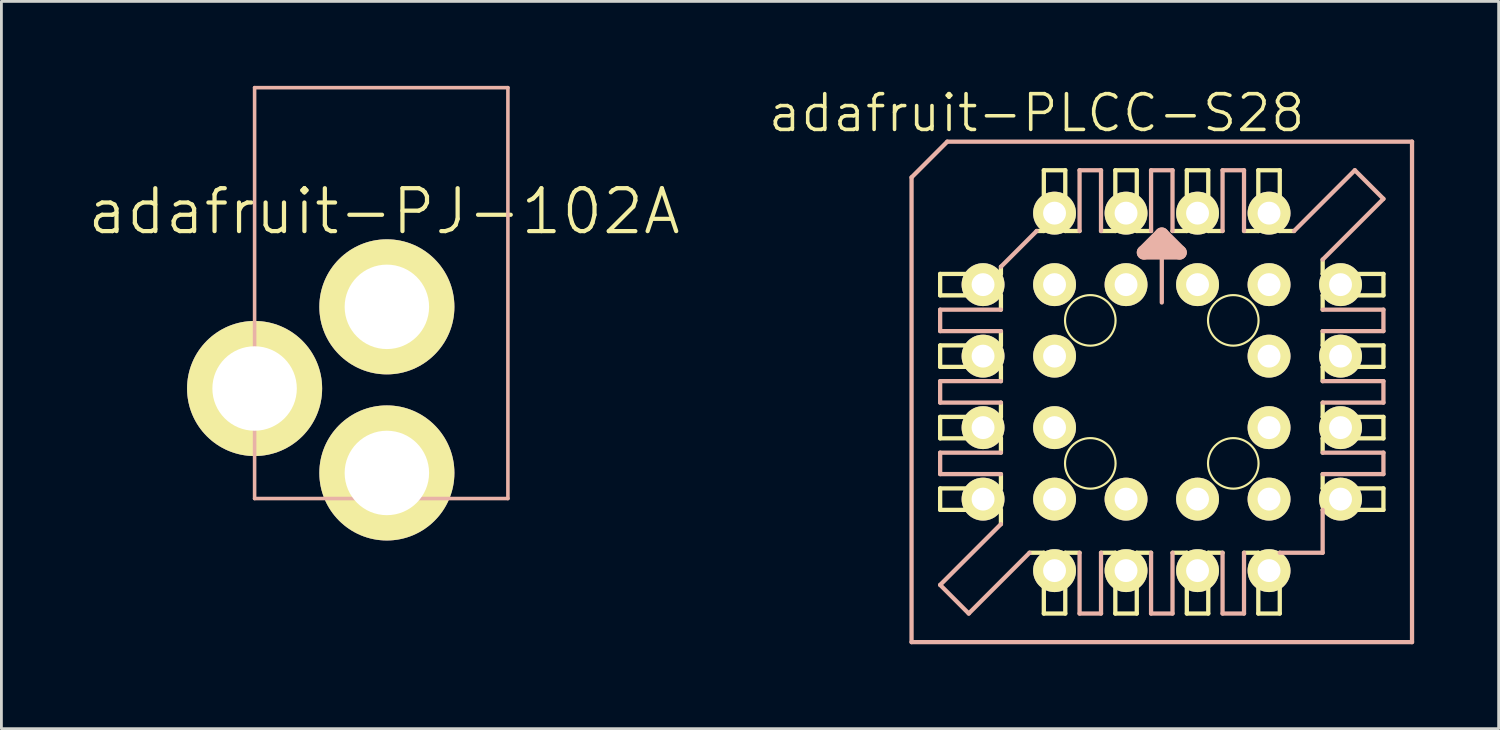
<source format=kicad_pcb>
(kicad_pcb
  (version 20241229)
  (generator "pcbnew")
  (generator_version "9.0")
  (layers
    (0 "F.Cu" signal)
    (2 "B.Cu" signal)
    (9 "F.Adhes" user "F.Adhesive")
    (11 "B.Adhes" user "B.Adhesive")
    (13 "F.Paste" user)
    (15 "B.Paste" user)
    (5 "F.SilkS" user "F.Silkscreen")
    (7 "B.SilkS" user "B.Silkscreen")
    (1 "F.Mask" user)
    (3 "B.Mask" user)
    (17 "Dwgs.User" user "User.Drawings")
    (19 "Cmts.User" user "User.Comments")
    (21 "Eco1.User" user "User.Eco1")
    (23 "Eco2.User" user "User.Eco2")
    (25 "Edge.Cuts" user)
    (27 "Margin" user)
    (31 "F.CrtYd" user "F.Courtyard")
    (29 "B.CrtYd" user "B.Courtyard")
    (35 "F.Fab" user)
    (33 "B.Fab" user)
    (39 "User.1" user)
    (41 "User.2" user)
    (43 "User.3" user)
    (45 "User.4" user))
  (footprint "adafruit-PLCC-S28"
    (layer "F.Cu")
    (at 38.224 10.872)
    (property "Reference" "adafruit-PLCC-S28" (at -4.445 -9.906 0) (layer "F.SilkS") (effects (font (size 1.27 1.27) (thickness 0.127))))
    (attr exclude_from_pos_files exclude_from_bom)
    (fp_line (start -7.874 -3.429) (end -7.874 -4.191) (stroke (width 0.152) (type solid)) (layer "F.SilkS"))
    (fp_line (start -7.874 -3.429) (end -5.715 -3.429) (stroke (width 0.152) (type solid)) (layer "F.SilkS"))
    (fp_line (start -7.874 -0.889) (end -7.874 -1.651) (stroke (width 0.152) (type solid)) (layer "F.SilkS"))
    (fp_line (start -7.874 -0.889) (end -5.715 -0.889) (stroke (width 0.152) (type solid)) (layer "F.SilkS"))
    (fp_line (start -7.874 1.651) (end -7.874 0.889) (stroke (width 0.152) (type solid)) (layer "F.SilkS"))
    (fp_line (start -7.874 1.651) (end -5.715 1.651) (stroke (width 0.152) (type solid)) (layer "F.SilkS"))
    (fp_line (start -7.874 4.191) (end -7.874 3.429) (stroke (width 0.152) (type solid)) (layer "F.SilkS"))
    (fp_line (start -7.874 4.191) (end -5.715 4.191) (stroke (width 0.152) (type solid)) (layer "F.SilkS"))
    (fp_line (start -5.715 -4.191) (end -7.874 -4.191) (stroke (width 0.152) (type solid)) (layer "F.SilkS"))
    (fp_line (start -5.715 -4.191) (end -5.715 -4.445) (stroke (width 0.152) (type solid)) (layer "F.SilkS"))
    (fp_line (start -5.715 -2.921) (end -5.715 -3.429) (stroke (width 0.152) (type solid)) (layer "F.SilkS"))
    (fp_line (start -5.715 -1.651) (end -7.874 -1.651) (stroke (width 0.152) (type solid)) (layer "F.SilkS"))
    (fp_line (start -5.715 -1.651) (end -5.715 -2.159) (stroke (width 0.152) (type solid)) (layer "F.SilkS"))
    (fp_line (start -5.715 -0.381) (end -5.715 -0.889) (stroke (width 0.152) (type solid)) (layer "F.SilkS"))
    (fp_line (start -5.715 0.889) (end -7.874 0.889) (stroke (width 0.152) (type solid)) (layer "F.SilkS"))
    (fp_line (start -5.715 0.889) (end -5.715 0.381) (stroke (width 0.152) (type solid)) (layer "F.SilkS"))
    (fp_line (start -5.715 2.159) (end -5.715 1.651) (stroke (width 0.152) (type solid)) (layer "F.SilkS"))
    (fp_line (start -5.715 3.429) (end -7.874 3.429) (stroke (width 0.152) (type solid)) (layer "F.SilkS"))
    (fp_line (start -5.715 3.429) (end -5.715 2.921) (stroke (width 0.152) (type solid)) (layer "F.SilkS"))
    (fp_line (start -5.715 4.699) (end -5.715 4.191) (stroke (width 0.152) (type solid)) (layer "F.SilkS"))
    (fp_line (start -4.699 5.715) (end -4.191 5.715) (stroke (width 0.152) (type solid)) (layer "F.SilkS"))
    (fp_line (start -4.191 -5.715) (end -4.445 -5.715) (stroke (width 0.152) (type solid)) (layer "F.SilkS"))
    (fp_line (start -4.191 -5.715) (end -4.191 -7.874) (stroke (width 0.152) (type solid)) (layer "F.SilkS"))
    (fp_line (start -4.191 7.874) (end -4.191 5.715) (stroke (width 0.152) (type solid)) (layer "F.SilkS"))
    (fp_line (start -4.191 7.874) (end -3.429 7.874) (stroke (width 0.152) (type solid)) (layer "F.SilkS"))
    (fp_line (start -3.429 -7.874) (end -4.191 -7.874) (stroke (width 0.152) (type solid)) (layer "F.SilkS"))
    (fp_line (start -3.429 -7.874) (end -3.429 -5.715) (stroke (width 0.152) (type solid)) (layer "F.SilkS"))
    (fp_line (start -3.429 5.715) (end -3.429 7.874) (stroke (width 0.152) (type solid)) (layer "F.SilkS"))
    (fp_line (start -3.429 5.715) (end -2.921 5.715) (stroke (width 0.152) (type solid)) (layer "F.SilkS"))
    (fp_line (start -2.921 -5.715) (end -3.429 -5.715) (stroke (width 0.152) (type solid)) (layer "F.SilkS"))
    (fp_line (start -2.159 5.715) (end -1.651 5.715) (stroke (width 0.152) (type solid)) (layer "F.SilkS"))
    (fp_line (start -1.651 -5.715) (end -2.159 -5.715) (stroke (width 0.152) (type solid)) (layer "F.SilkS"))
    (fp_line (start -1.651 -5.715) (end -1.651 -7.874) (stroke (width 0.152) (type solid)) (layer "F.SilkS"))
    (fp_line (start -1.651 7.874) (end -1.651 5.715) (stroke (width 0.152) (type solid)) (layer "F.SilkS"))
    (fp_line (start -1.651 7.874) (end -0.889 7.874) (stroke (width 0.152) (type solid)) (layer "F.SilkS"))
    (fp_line (start -0.889 -7.874) (end -1.651 -7.874) (stroke (width 0.152) (type solid)) (layer "F.SilkS"))
    (fp_line (start -0.889 -7.874) (end -0.889 -5.715) (stroke (width 0.152) (type solid)) (layer "F.SilkS"))
    (fp_line (start -0.889 5.715) (end -0.889 7.874) (stroke (width 0.152) (type solid)) (layer "F.SilkS"))
    (fp_line (start -0.889 5.715) (end -0.381 5.715) (stroke (width 0.152) (type solid)) (layer "F.SilkS"))
    (fp_line (start -0.381 -5.715) (end -0.889 -5.715) (stroke (width 0.152) (type solid)) (layer "F.SilkS"))
    (fp_line (start 0.381 5.715) (end 0.889 5.715) (stroke (width 0.152) (type solid)) (layer "F.SilkS"))
    (fp_line (start 0.889 -5.715) (end 0.381 -5.715) (stroke (width 0.152) (type solid)) (layer "F.SilkS"))
    (fp_line (start 0.889 -5.715) (end 0.889 -7.874) (stroke (width 0.152) (type solid)) (layer "F.SilkS"))
    (fp_line (start 0.889 7.874) (end 0.889 5.715) (stroke (width 0.152) (type solid)) (layer "F.SilkS"))
    (fp_line (start 0.889 7.874) (end 1.651 7.874) (stroke (width 0.152) (type solid)) (layer "F.SilkS"))
    (fp_line (start 1.651 -7.874) (end 0.889 -7.874) (stroke (width 0.152) (type solid)) (layer "F.SilkS"))
    (fp_line (start 1.651 -7.874) (end 1.651 -5.715) (stroke (width 0.152) (type solid)) (layer "F.SilkS"))
    (fp_line (start 1.651 5.715) (end 1.651 7.874) (stroke (width 0.152) (type solid)) (layer "F.SilkS"))
    (fp_line (start 1.651 5.715) (end 2.159 5.715) (stroke (width 0.152) (type solid)) (layer "F.SilkS"))
    (fp_line (start 2.159 -5.715) (end 1.651 -5.715) (stroke (width 0.152) (type solid)) (layer "F.SilkS"))
    (fp_line (start 2.921 5.715) (end 3.429 5.715) (stroke (width 0.152) (type solid)) (layer "F.SilkS"))
    (fp_line (start 3.429 -5.715) (end 2.921 -5.715) (stroke (width 0.152) (type solid)) (layer "F.SilkS"))
    (fp_line (start 3.429 -5.715) (end 3.429 -7.874) (stroke (width 0.152) (type solid)) (layer "F.SilkS"))
    (fp_line (start 3.429 7.874) (end 3.429 5.715) (stroke (width 0.152) (type solid)) (layer "F.SilkS"))
    (fp_line (start 3.429 7.874) (end 4.191 7.874) (stroke (width 0.152) (type solid)) (layer "F.SilkS"))
    (fp_line (start 4.191 -7.874) (end 3.429 -7.874) (stroke (width 0.152) (type solid)) (layer "F.SilkS"))
    (fp_line (start 4.191 -7.874) (end 4.191 -5.715) (stroke (width 0.152) (type solid)) (layer "F.SilkS"))
    (fp_line (start 4.191 5.715) (end 4.191 7.874) (stroke (width 0.152) (type solid)) (layer "F.SilkS"))
    (fp_line (start 4.699 -5.715) (end 4.191 -5.715) (stroke (width 0.152) (type solid)) (layer "F.SilkS"))
    (fp_line (start 5.715 -4.699) (end 5.715 -4.191) (stroke (width 0.152) (type solid)) (layer "F.SilkS"))
    (fp_line (start 5.715 -3.429) (end 5.715 -2.921) (stroke (width 0.152) (type solid)) (layer "F.SilkS"))
    (fp_line (start 5.715 -3.429) (end 7.874 -3.429) (stroke (width 0.152) (type solid)) (layer "F.SilkS"))
    (fp_line (start 5.715 -2.159) (end 5.715 -1.651) (stroke (width 0.152) (type solid)) (layer "F.SilkS"))
    (fp_line (start 5.715 -0.889) (end 5.715 -0.381) (stroke (width 0.152) (type solid)) (layer "F.SilkS"))
    (fp_line (start 5.715 -0.889) (end 7.874 -0.889) (stroke (width 0.152) (type solid)) (layer "F.SilkS"))
    (fp_line (start 5.715 0.381) (end 5.715 0.889) (stroke (width 0.152) (type solid)) (layer "F.SilkS"))
    (fp_line (start 5.715 1.651) (end 5.715 2.159) (stroke (width 0.152) (type solid)) (layer "F.SilkS"))
    (fp_line (start 5.715 1.651) (end 7.874 1.651) (stroke (width 0.152) (type solid)) (layer "F.SilkS"))
    (fp_line (start 5.715 2.921) (end 5.715 3.429) (stroke (width 0.152) (type solid)) (layer "F.SilkS"))
    (fp_line (start 5.715 4.191) (end 7.874 4.191) (stroke (width 0.152) (type solid)) (layer "F.SilkS"))
    (fp_line (start 7.874 -4.191) (end 5.715 -4.191) (stroke (width 0.152) (type solid)) (layer "F.SilkS"))
    (fp_line (start 7.874 -4.191) (end 7.874 -3.429) (stroke (width 0.152) (type solid)) (layer "F.SilkS"))
    (fp_line (start 7.874 -1.651) (end 5.715 -1.651) (stroke (width 0.152) (type solid)) (layer "F.SilkS"))
    (fp_line (start 7.874 -1.651) (end 7.874 -0.889) (stroke (width 0.152) (type solid)) (layer "F.SilkS"))
    (fp_line (start 7.874 0.889) (end 5.715 0.889) (stroke (width 0.152) (type solid)) (layer "F.SilkS"))
    (fp_line (start 7.874 0.889) (end 7.874 1.651) (stroke (width 0.152) (type solid)) (layer "F.SilkS"))
    (fp_line (start 7.874 3.429) (end 5.715 3.429) (stroke (width 0.152) (type solid)) (layer "F.SilkS"))
    (fp_line (start 7.874 3.429) (end 7.874 4.191) (stroke (width 0.152) (type solid)) (layer "F.SilkS"))
    (fp_circle (center -2.54 -2.54) (end -3.175 -3.175) (stroke (width 0.076) (type solid)) (fill no) (layer "F.SilkS"))
    (fp_circle (center -2.54 2.54) (end -3.175 3.175) (stroke (width 0.076) (type solid)) (fill no) (layer "F.SilkS"))
    (fp_circle (center 2.54 -2.54) (end 3.175 -3.175) (stroke (width 0.076) (type solid)) (fill no) (layer "F.SilkS"))
    (fp_circle (center 2.54 2.54) (end 3.175 3.175) (stroke (width 0.076) (type solid)) (fill no) (layer "F.SilkS"))
    (fp_line (start -8.89 -7.62) (end -8.89 8.89) (stroke (width 0.152) (type solid)) (layer "B.SilkS"))
    (fp_line (start -7.874 -2.159) (end -7.874 -2.921) (stroke (width 0.152) (type solid)) (layer "B.SilkS"))
    (fp_line (start -7.874 -2.159) (end -5.715 -2.159) (stroke (width 0.152) (type solid)) (layer "B.SilkS"))
    (fp_line (start -7.874 0.381) (end -7.874 -0.381) (stroke (width 0.152) (type solid)) (layer "B.SilkS"))
    (fp_line (start -7.874 0.381) (end -5.715 0.381) (stroke (width 0.152) (type solid)) (layer "B.SilkS"))
    (fp_line (start -7.874 2.921) (end -7.874 2.159) (stroke (width 0.152) (type solid)) (layer "B.SilkS"))
    (fp_line (start -7.874 2.921) (end -5.715 2.921) (stroke (width 0.152) (type solid)) (layer "B.SilkS"))
    (fp_line (start -7.874 6.858) (end -5.715 4.699) (stroke (width 0.152) (type solid)) (layer "B.SilkS"))
    (fp_line (start -7.62 -8.89) (end -8.89 -7.62) (stroke (width 0.152) (type solid)) (layer "B.SilkS"))
    (fp_line (start -6.858 7.874) (end -7.874 6.858) (stroke (width 0.152) (type solid)) (layer "B.SilkS"))
    (fp_line (start -6.858 7.874) (end -4.699 5.715) (stroke (width 0.152) (type solid)) (layer "B.SilkS"))
    (fp_line (start -5.715 -4.445) (end -4.445 -5.715) (stroke (width 0.152) (type solid)) (layer "B.SilkS"))
    (fp_line (start -5.715 -2.921) (end -7.874 -2.921) (stroke (width 0.152) (type solid)) (layer "B.SilkS"))
    (fp_line (start -5.715 -0.381) (end -7.874 -0.381) (stroke (width 0.152) (type solid)) (layer "B.SilkS"))
    (fp_line (start -5.715 2.159) (end -7.874 2.159) (stroke (width 0.152) (type solid)) (layer "B.SilkS"))
    (fp_line (start -2.921 -5.715) (end -2.921 -7.874) (stroke (width 0.152) (type solid)) (layer "B.SilkS"))
    (fp_line (start -2.921 7.874) (end -2.921 5.715) (stroke (width 0.152) (type solid)) (layer "B.SilkS"))
    (fp_line (start -2.921 7.874) (end -2.159 7.874) (stroke (width 0.152) (type solid)) (layer "B.SilkS"))
    (fp_line (start -2.159 -7.874) (end -2.921 -7.874) (stroke (width 0.152) (type solid)) (layer "B.SilkS"))
    (fp_line (start -2.159 -7.874) (end -2.159 -5.715) (stroke (width 0.152) (type solid)) (layer "B.SilkS"))
    (fp_line (start -2.159 5.715) (end -2.159 7.874) (stroke (width 0.152) (type solid)) (layer "B.SilkS"))
    (fp_line (start -0.635 -4.953) (end 0 -5.588) (stroke (width 0.508) (type solid)) (layer "B.SilkS"))
    (fp_line (start -0.381 -5.715) (end -0.381 -7.874) (stroke (width 0.152) (type solid)) (layer "B.SilkS"))
    (fp_line (start -0.381 7.874) (end -0.381 5.715) (stroke (width 0.152) (type solid)) (layer "B.SilkS"))
    (fp_line (start -0.381 7.874) (end 0.381 7.874) (stroke (width 0.152) (type solid)) (layer "B.SilkS"))
    (fp_line (start 0 -5.588) (end 0 -3.175) (stroke (width 0.152) (type solid)) (layer "B.SilkS"))
    (fp_line (start 0 -5.588) (end 0.635 -4.953) (stroke (width 0.508) (type solid)) (layer "B.SilkS"))
    (fp_line (start 0.381 -7.874) (end -0.381 -7.874) (stroke (width 0.152) (type solid)) (layer "B.SilkS"))
    (fp_line (start 0.381 -7.874) (end 0.381 -5.715) (stroke (width 0.152) (type solid)) (layer "B.SilkS"))
    (fp_line (start 0.381 5.715) (end 0.381 7.874) (stroke (width 0.152) (type solid)) (layer "B.SilkS"))
    (fp_line (start 0.635 -4.953) (end -0.635 -4.953) (stroke (width 0.508) (type solid)) (layer "B.SilkS"))
    (fp_line (start 2.159 -5.715) (end 2.159 -7.874) (stroke (width 0.152) (type solid)) (layer "B.SilkS"))
    (fp_line (start 2.159 7.874) (end 2.159 5.715) (stroke (width 0.152) (type solid)) (layer "B.SilkS"))
    (fp_line (start 2.159 7.874) (end 2.921 7.874) (stroke (width 0.152) (type solid)) (layer "B.SilkS"))
    (fp_line (start 2.921 -7.874) (end 2.159 -7.874) (stroke (width 0.152) (type solid)) (layer "B.SilkS"))
    (fp_line (start 2.921 -7.874) (end 2.921 -5.715) (stroke (width 0.152) (type solid)) (layer "B.SilkS"))
    (fp_line (start 2.921 5.715) (end 2.921 7.874) (stroke (width 0.152) (type solid)) (layer "B.SilkS"))
    (fp_line (start 4.191 5.715) (end 5.715 5.715) (stroke (width 0.152) (type solid)) (layer "B.SilkS"))
    (fp_line (start 5.715 -2.159) (end 7.874 -2.159) (stroke (width 0.152) (type solid)) (layer "B.SilkS"))
    (fp_line (start 5.715 0.381) (end 7.874 0.381) (stroke (width 0.152) (type solid)) (layer "B.SilkS"))
    (fp_line (start 5.715 2.921) (end 7.874 2.921) (stroke (width 0.152) (type solid)) (layer "B.SilkS"))
    (fp_line (start 5.715 4.191) (end 5.715 5.715) (stroke (width 0.152) (type solid)) (layer "B.SilkS"))
    (fp_line (start 6.858 -7.874) (end 4.699 -5.715) (stroke (width 0.152) (type solid)) (layer "B.SilkS"))
    (fp_line (start 7.874 -6.858) (end 5.715 -4.699) (stroke (width 0.152) (type solid)) (layer "B.SilkS"))
    (fp_line (start 7.874 -6.858) (end 6.858 -7.874) (stroke (width 0.152) (type solid)) (layer "B.SilkS"))
    (fp_line (start 7.874 -2.921) (end 5.715 -2.921) (stroke (width 0.152) (type solid)) (layer "B.SilkS"))
    (fp_line (start 7.874 -2.921) (end 7.874 -2.159) (stroke (width 0.152) (type solid)) (layer "B.SilkS"))
    (fp_line (start 7.874 -0.381) (end 5.715 -0.381) (stroke (width 0.152) (type solid)) (layer "B.SilkS"))
    (fp_line (start 7.874 -0.381) (end 7.874 0.381) (stroke (width 0.152) (type solid)) (layer "B.SilkS"))
    (fp_line (start 7.874 2.159) (end 5.715 2.159) (stroke (width 0.152) (type solid)) (layer "B.SilkS"))
    (fp_line (start 7.874 2.159) (end 7.874 2.921) (stroke (width 0.152) (type solid)) (layer "B.SilkS"))
    (fp_line (start 8.89 -8.89) (end -7.62 -8.89) (stroke (width 0.152) (type solid)) (layer "B.SilkS"))
    (fp_line (start 8.89 8.89) (end -8.89 8.89) (stroke (width 0.152) (type solid)) (layer "B.SilkS"))
    (fp_line (start 8.89 8.89) (end 8.89 -8.89) (stroke (width 0.152) (type solid)) (layer "B.SilkS"))
    (pad "1" thru_hole circle (at 1.27 -3.81) (size 1.524 1.524) (drill 0.813) (layers "*.Cu" "F.Mask" "F.SilkS" "F.Paste"))
    (pad "2" thru_hole circle (at -1.27 -6.35) (size 1.524 1.524) (drill 0.813) (layers "*.Cu" "F.Mask" "F.SilkS" "F.Paste"))
    (pad "3" thru_hole circle (at -1.27 -3.81) (size 1.524 1.524) (drill 0.813) (layers "*.Cu" "F.Mask" "F.SilkS" "F.Paste"))
    (pad "4" thru_hole circle (at -3.81 -6.35) (size 1.524 1.524) (drill 0.813) (layers "*.Cu" "F.Mask" "F.SilkS" "F.Paste"))
    (pad "5" thru_hole circle (at -6.35 -3.81) (size 1.524 1.524) (drill 0.813) (layers "*.Cu" "F.Mask" "F.SilkS" "F.Paste"))
    (pad "6" thru_hole circle (at -3.81 -3.81) (size 1.524 1.524) (drill 0.813) (layers "*.Cu" "F.Mask" "F.SilkS" "F.Paste"))
    (pad "7" thru_hole circle (at -6.35 -1.27) (size 1.524 1.524) (drill 0.813) (layers "*.Cu" "F.Mask" "F.SilkS" "F.Paste"))
    (pad "8" thru_hole circle (at -3.81 -1.27) (size 1.524 1.524) (drill 0.813) (layers "*.Cu" "F.Mask" "F.SilkS" "F.Paste"))
    (pad "9" thru_hole circle (at -6.35 1.27) (size 1.524 1.524) (drill 0.813) (layers "*.Cu" "F.Mask" "F.SilkS" "F.Paste"))
    (pad "10" thru_hole circle (at -3.81 1.27) (size 1.524 1.524) (drill 0.813) (layers "*.Cu" "F.Mask" "F.SilkS" "F.Paste"))
    (pad "11" thru_hole circle (at -6.35 3.81) (size 1.524 1.524) (drill 0.813) (layers "*.Cu" "F.Mask" "F.SilkS" "F.Paste"))
    (pad "12" thru_hole circle (at -3.81 6.35) (size 1.524 1.524) (drill 0.813) (layers "*.Cu" "F.Mask" "F.SilkS" "F.Paste"))
    (pad "13" thru_hole circle (at -3.81 3.81) (size 1.524 1.524) (drill 0.813) (layers "*.Cu" "F.Mask" "F.SilkS" "F.Paste"))
    (pad "14" thru_hole circle (at -1.27 6.35) (size 1.524 1.524) (drill 0.813) (layers "*.Cu" "F.Mask" "F.SilkS" "F.Paste"))
    (pad "15" thru_hole circle (at -1.27 3.81) (size 1.524 1.524) (drill 0.813) (layers "*.Cu" "F.Mask" "F.SilkS" "F.Paste"))
    (pad "16" thru_hole circle (at 1.27 6.35) (size 1.524 1.524) (drill 0.813) (layers "*.Cu" "F.Mask" "F.SilkS" "F.Paste"))
    (pad "17" thru_hole circle (at 1.27 3.81) (size 1.524 1.524) (drill 0.813) (layers "*.Cu" "F.Mask" "F.SilkS" "F.Paste"))
    (pad "18" thru_hole circle (at 3.81 6.35) (size 1.524 1.524) (drill 0.813) (layers "*.Cu" "F.Mask" "F.SilkS" "F.Paste"))
    (pad "19" thru_hole circle (at 6.35 3.81) (size 1.524 1.524) (drill 0.813) (layers "*.Cu" "F.Mask" "F.SilkS" "F.Paste"))
    (pad "20" thru_hole circle (at 3.81 3.81) (size 1.524 1.524) (drill 0.813) (layers "*.Cu" "F.Mask" "F.SilkS" "F.Paste"))
    (pad "21" thru_hole circle (at 6.35 1.27) (size 1.524 1.524) (drill 0.813) (layers "*.Cu" "F.Mask" "F.SilkS" "F.Paste"))
    (pad "22" thru_hole circle (at 3.81 1.27) (size 1.524 1.524) (drill 0.813) (layers "*.Cu" "F.Mask" "F.SilkS" "F.Paste"))
    (pad "23" thru_hole circle (at 6.35 -1.27) (size 1.524 1.524) (drill 0.813) (layers "*.Cu" "F.Mask" "F.SilkS" "F.Paste"))
    (pad "24" thru_hole circle (at 3.81 -1.27) (size 1.524 1.524) (drill 0.813) (layers "*.Cu" "F.Mask" "F.SilkS" "F.Paste"))
    (pad "25" thru_hole circle (at 6.35 -3.81) (size 1.524 1.524) (drill 0.813) (layers "*.Cu" "F.Mask" "F.SilkS" "F.Paste"))
    (pad "26" thru_hole circle (at 3.81 -6.35) (size 1.524 1.524) (drill 0.813) (layers "*.Cu" "F.Mask" "F.SilkS" "F.Paste"))
    (pad "27" thru_hole circle (at 3.81 -3.81) (size 1.524 1.524) (drill 0.813) (layers "*.Cu" "F.Mask" "F.SilkS" "F.Paste"))
    (pad "28" thru_hole circle (at 1.27 -6.35) (size 1.524 1.524) (drill 0.813) (layers "*.Cu" "F.Mask" "F.SilkS" "F.Paste")))
  (footprint "adafruit-PJ-102A"
    (layer "F.Cu")
    (at 10.595 4.463)
    (property "Reference" "adafruit-PJ-102A" (at 0 0 0) (layer "F.SilkS") (effects (font (size 1.524 1.524) (thickness 0.15))))
    (attr exclude_from_pos_files exclude_from_bom)
    (fp_line (start -4.6 -4.399) (end 4.399 -4.399) (stroke (width 0.127) (type solid)) (layer "B.SilkS"))
    (fp_line (start -4.6 10.198) (end -4.6 -4.399) (stroke (width 0.127) (type solid)) (layer "B.SilkS"))
    (fp_line (start 4.399 -4.399) (end 4.399 10.198) (stroke (width 0.127) (type solid)) (layer "B.SilkS"))
    (fp_line (start 4.399 10.198) (end -4.6 10.198) (stroke (width 0.127) (type solid)) (layer "B.SilkS"))
    (pad "RING" thru_hole circle (at -4.6 6.289) (size 4.798 4.798) (drill 3) (layers "*.Cu" "F.Mask" "F.SilkS" "F.Paste"))
    (pad "RING" thru_hole circle (at 0.099 3.388) (size 4.798 4.798) (drill 3) (layers "*.Cu" "F.Mask" "F.SilkS" "F.Paste"))
    (pad "TIP" thru_hole circle (at 0.099 9.289) (size 4.798 4.798) (drill 3) (layers "*.Cu" "F.Mask" "F.SilkS" "F.Paste")))
  (gr_rect
    (start -3 -3)
    (end 50.191 22.838)
    (stroke (width 0.1) (type default))
    (fill no)
    (layer "Edge.Cuts")))
</source>
